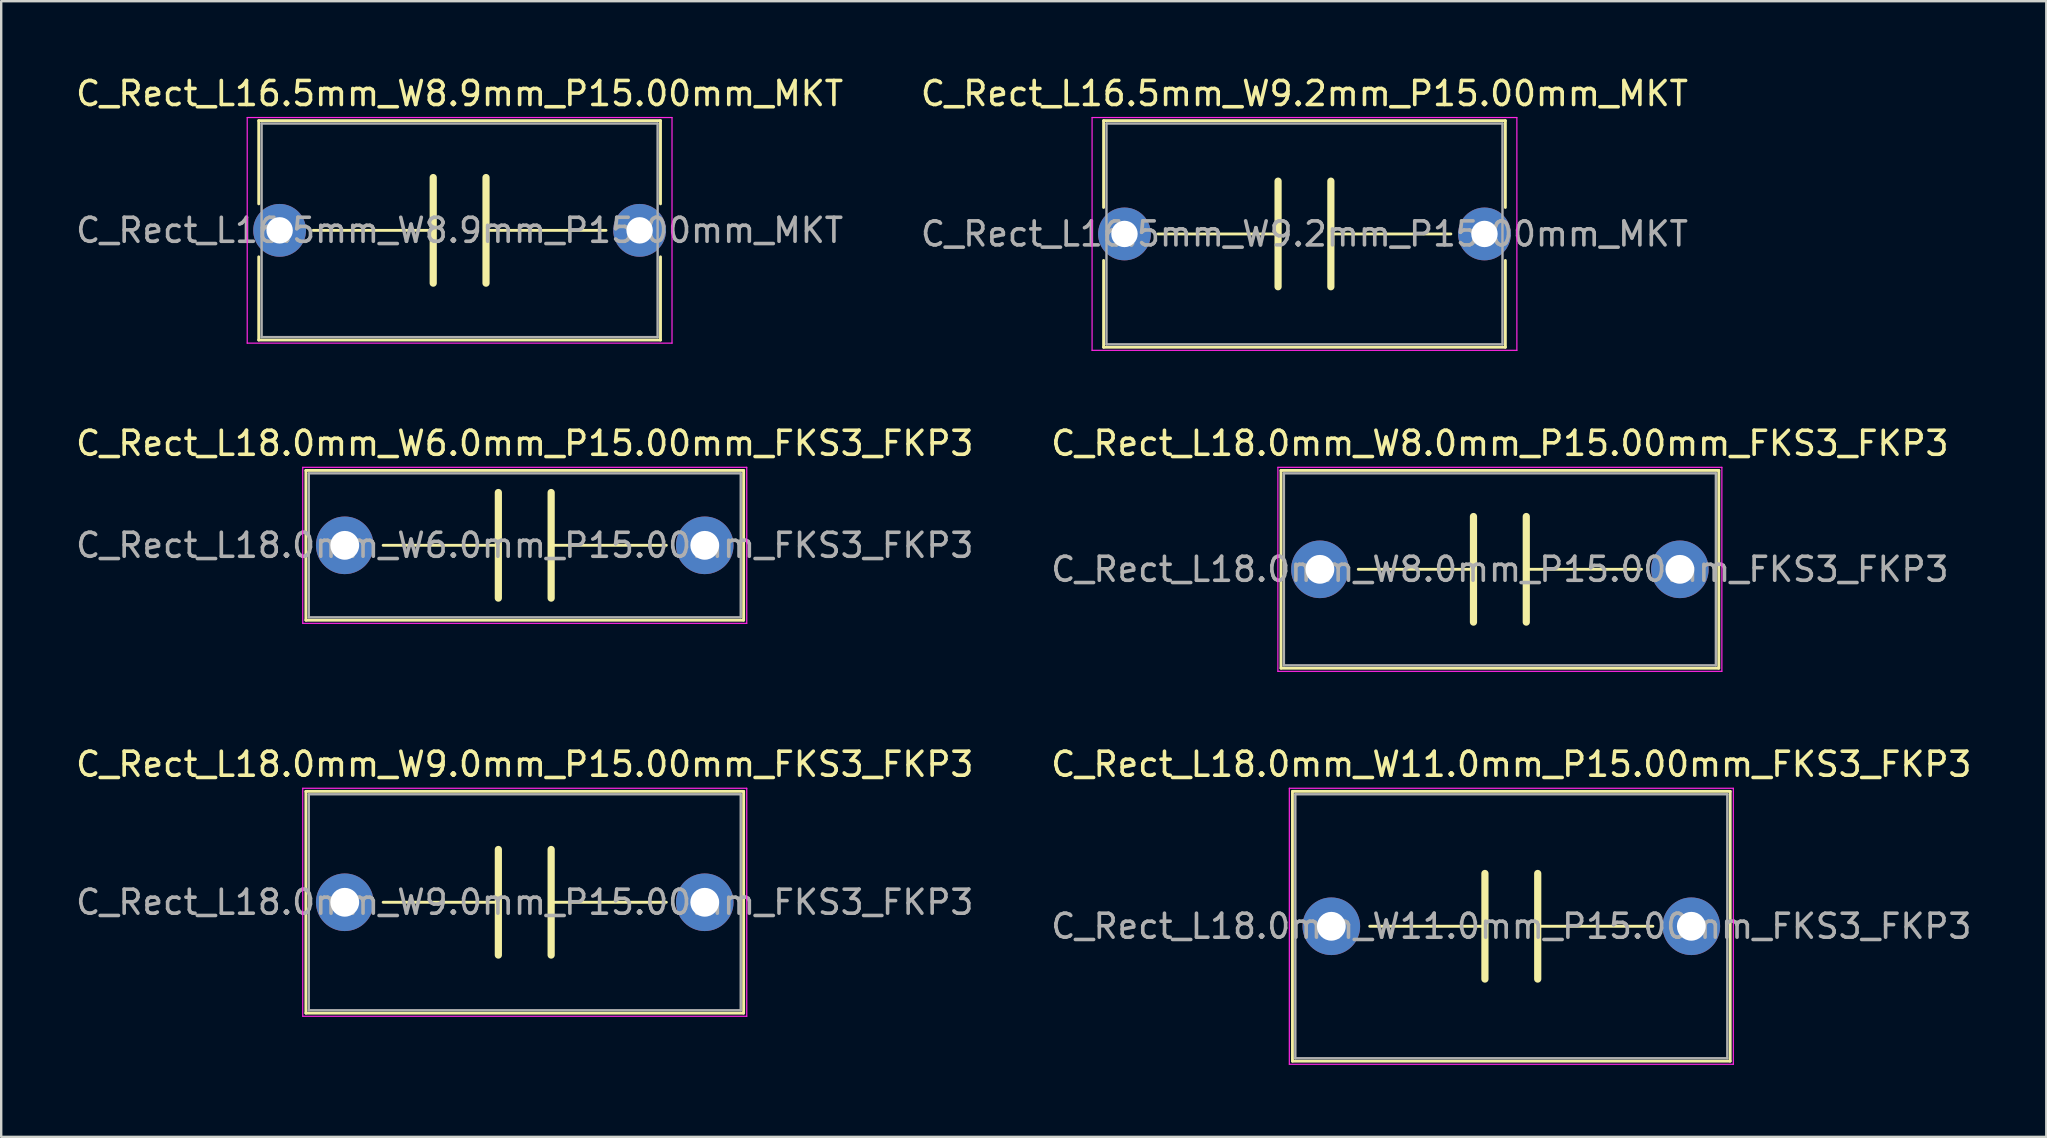
<source format=kicad_pcb>
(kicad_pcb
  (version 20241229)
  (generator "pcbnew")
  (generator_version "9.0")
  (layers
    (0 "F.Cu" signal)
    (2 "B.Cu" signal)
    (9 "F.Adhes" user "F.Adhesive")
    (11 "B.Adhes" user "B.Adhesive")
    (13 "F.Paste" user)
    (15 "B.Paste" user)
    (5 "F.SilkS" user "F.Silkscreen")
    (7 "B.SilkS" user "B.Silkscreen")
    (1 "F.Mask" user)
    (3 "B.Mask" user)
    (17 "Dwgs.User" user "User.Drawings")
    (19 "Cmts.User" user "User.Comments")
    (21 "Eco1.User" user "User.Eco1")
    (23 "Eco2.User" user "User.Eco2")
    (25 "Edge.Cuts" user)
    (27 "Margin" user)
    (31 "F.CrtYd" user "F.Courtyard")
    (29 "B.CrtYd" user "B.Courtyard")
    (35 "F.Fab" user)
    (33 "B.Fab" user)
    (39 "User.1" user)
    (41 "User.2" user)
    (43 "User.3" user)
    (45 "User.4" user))
  (footprint "C_Rect_L18.0mm_W9.0mm_P15.00mm_FKS3_FKP3"
    (layer "F.Cu")
    (at 11.315 34.545)
    (property "Reference" "C_Rect_L18.0mm_W9.0mm_P15.00mm_FKS3_FKP3" (at 7.5 -5.75 0) (layer "F.SilkS") (effects (font (size 1 1) (thickness 0.15))))
    (attr through_hole)
    (fp_line (start -1.62 -4.62) (end -1.62 4.62) (stroke (width 0.12) (type solid)) (layer "F.SilkS"))
    (fp_line (start -1.62 -4.62) (end 16.62 -4.62) (stroke (width 0.12) (type solid)) (layer "F.SilkS"))
    (fp_line (start -1.62 4.62) (end 16.62 4.62) (stroke (width 0.12) (type solid)) (layer "F.SilkS"))
    (fp_line (start 1.6 0) (end 6.4 0) (stroke (width 0.12) (type solid)) (layer "F.SilkS"))
    (fp_line (start 6.4 -2.2) (end 6.4 2.2) (stroke (width 0.3) (type solid)) (layer "F.SilkS"))
    (fp_line (start 8.6 -2.2) (end 8.6 2.2) (stroke (width 0.3) (type solid)) (layer "F.SilkS"))
    (fp_line (start 8.6 0) (end 13.4 0) (stroke (width 0.12) (type solid)) (layer "F.SilkS"))
    (fp_line (start 16.62 -4.62) (end 16.62 4.62) (stroke (width 0.12) (type solid)) (layer "F.SilkS"))
    (fp_line (start -1.75 -4.75) (end -1.75 4.75) (stroke (width 0.05) (type solid)) (layer "F.CrtYd"))
    (fp_line (start -1.75 4.75) (end 16.75 4.75) (stroke (width 0.05) (type solid)) (layer "F.CrtYd"))
    (fp_line (start 16.75 -4.75) (end -1.75 -4.75) (stroke (width 0.05) (type solid)) (layer "F.CrtYd"))
    (fp_line (start 16.75 4.75) (end 16.75 -4.75) (stroke (width 0.05) (type solid)) (layer "F.CrtYd"))
    (fp_line (start -1.5 -4.5) (end -1.5 4.5) (stroke (width 0.1) (type solid)) (layer "F.Fab"))
    (fp_line (start -1.5 4.5) (end 16.5 4.5) (stroke (width 0.1) (type solid)) (layer "F.Fab"))
    (fp_line (start 16.5 -4.5) (end -1.5 -4.5) (stroke (width 0.1) (type solid)) (layer "F.Fab"))
    (fp_line (start 16.5 4.5) (end 16.5 -4.5) (stroke (width 0.1) (type solid)) (layer "F.Fab"))
    (fp_text user "${REFERENCE}" (at 7.5 0 0) (layer "F.Fab") (effects (font (size 1 1) (thickness 0.15))))
    (pad "1" thru_hole circle (at 0 0) (size 2.4 2.4) (drill 1.2) (layers "*.Cu" "*.Mask"))
    (pad "2" thru_hole circle (at 15 0) (size 2.4 2.4) (drill 1.2) (layers "*.Cu" "*.Mask")))
  (footprint "C_Rect_L16.5mm_W9.2mm_P15.00mm_MKT"
    (layer "F.Cu")
    (at 43.804 6.698)
    (property "Reference" "C_Rect_L16.5mm_W9.2mm_P15.00mm_MKT" (at 7.5 -5.85 0) (layer "F.SilkS") (effects (font (size 1 1) (thickness 0.15))))
    (attr through_hole)
    (fp_line (start -0.87 -4.72) (end -0.87 -1.104) (stroke (width 0.12) (type solid)) (layer "F.SilkS"))
    (fp_line (start -0.87 -4.72) (end 15.87 -4.72) (stroke (width 0.12) (type solid)) (layer "F.SilkS"))
    (fp_line (start -0.87 1.104) (end -0.87 4.72) (stroke (width 0.12) (type solid)) (layer "F.SilkS"))
    (fp_line (start -0.87 4.72) (end 15.87 4.72) (stroke (width 0.12) (type solid)) (layer "F.SilkS"))
    (fp_line (start 1.4 0) (end 6.4 0) (stroke (width 0.12) (type solid)) (layer "F.SilkS"))
    (fp_line (start 6.4 -2.2) (end 6.4 2.2) (stroke (width 0.3) (type solid)) (layer "F.SilkS"))
    (fp_line (start 8.6 -2.2) (end 8.6 2.2) (stroke (width 0.3) (type solid)) (layer "F.SilkS"))
    (fp_line (start 8.6 0) (end 13.6 0) (stroke (width 0.12) (type solid)) (layer "F.SilkS"))
    (fp_line (start 15.87 -4.72) (end 15.87 -1.104) (stroke (width 0.12) (type solid)) (layer "F.SilkS"))
    (fp_line (start 15.87 1.104) (end 15.87 4.72) (stroke (width 0.12) (type solid)) (layer "F.SilkS"))
    (fp_line (start -1.35 -4.85) (end -1.35 4.85) (stroke (width 0.05) (type solid)) (layer "F.CrtYd"))
    (fp_line (start -1.35 4.85) (end 16.35 4.85) (stroke (width 0.05) (type solid)) (layer "F.CrtYd"))
    (fp_line (start 16.35 -4.85) (end -1.35 -4.85) (stroke (width 0.05) (type solid)) (layer "F.CrtYd"))
    (fp_line (start 16.35 4.85) (end 16.35 -4.85) (stroke (width 0.05) (type solid)) (layer "F.CrtYd"))
    (fp_line (start -0.75 -4.6) (end -0.75 4.6) (stroke (width 0.1) (type solid)) (layer "F.Fab"))
    (fp_line (start -0.75 4.6) (end 15.75 4.6) (stroke (width 0.1) (type solid)) (layer "F.Fab"))
    (fp_line (start 15.75 -4.6) (end -0.75 -4.6) (stroke (width 0.1) (type solid)) (layer "F.Fab"))
    (fp_line (start 15.75 4.6) (end 15.75 -4.6) (stroke (width 0.1) (type solid)) (layer "F.Fab"))
    (fp_text user "${REFERENCE}" (at 7.5 0 0) (layer "F.Fab") (effects (font (size 1 1) (thickness 0.15))))
    (pad "1" thru_hole circle (at 0 0) (size 2.2 2.2) (drill 1.1) (layers "*.Cu" "*.Mask"))
    (pad "2" thru_hole circle (at 15 0) (size 2.2 2.2) (drill 1.1) (layers "*.Cu" "*.Mask")))
  (footprint "C_Rect_L18.0mm_W8.0mm_P15.00mm_FKS3_FKP3"
    (layer "F.Cu")
    (at 51.946 20.672)
    (property "Reference" "C_Rect_L18.0mm_W8.0mm_P15.00mm_FKS3_FKP3" (at 7.5 -5.25 0) (layer "F.SilkS") (effects (font (size 1 1) (thickness 0.15))))
    (attr through_hole)
    (fp_line (start -1.62 -4.12) (end -1.62 4.12) (stroke (width 0.12) (type solid)) (layer "F.SilkS"))
    (fp_line (start -1.62 -4.12) (end 16.62 -4.12) (stroke (width 0.12) (type solid)) (layer "F.SilkS"))
    (fp_line (start -1.62 4.12) (end 16.62 4.12) (stroke (width 0.12) (type solid)) (layer "F.SilkS"))
    (fp_line (start 1.6 0) (end 6.4 0) (stroke (width 0.12) (type solid)) (layer "F.SilkS"))
    (fp_line (start 6.4 -2.2) (end 6.4 2.2) (stroke (width 0.3) (type solid)) (layer "F.SilkS"))
    (fp_line (start 8.6 -2.2) (end 8.6 2.2) (stroke (width 0.3) (type solid)) (layer "F.SilkS"))
    (fp_line (start 8.6 0) (end 13.4 0) (stroke (width 0.12) (type solid)) (layer "F.SilkS"))
    (fp_line (start 16.62 -4.12) (end 16.62 4.12) (stroke (width 0.12) (type solid)) (layer "F.SilkS"))
    (fp_line (start -1.75 -4.25) (end -1.75 4.25) (stroke (width 0.05) (type solid)) (layer "F.CrtYd"))
    (fp_line (start -1.75 4.25) (end 16.75 4.25) (stroke (width 0.05) (type solid)) (layer "F.CrtYd"))
    (fp_line (start 16.75 -4.25) (end -1.75 -4.25) (stroke (width 0.05) (type solid)) (layer "F.CrtYd"))
    (fp_line (start 16.75 4.25) (end 16.75 -4.25) (stroke (width 0.05) (type solid)) (layer "F.CrtYd"))
    (fp_line (start -1.5 -4) (end -1.5 4) (stroke (width 0.1) (type solid)) (layer "F.Fab"))
    (fp_line (start -1.5 4) (end 16.5 4) (stroke (width 0.1) (type solid)) (layer "F.Fab"))
    (fp_line (start 16.5 -4) (end -1.5 -4) (stroke (width 0.1) (type solid)) (layer "F.Fab"))
    (fp_line (start 16.5 4) (end 16.5 -4) (stroke (width 0.1) (type solid)) (layer "F.Fab"))
    (fp_text user "${REFERENCE}" (at 7.5 0 0) (layer "F.Fab") (effects (font (size 1 1) (thickness 0.15))))
    (pad "1" thru_hole circle (at 0 0) (size 2.4 2.4) (drill 1.2) (layers "*.Cu" "*.Mask"))
    (pad "2" thru_hole circle (at 15 0) (size 2.4 2.4) (drill 1.2) (layers "*.Cu" "*.Mask")))
  (footprint "C_Rect_L18.0mm_W11.0mm_P15.00mm_FKS3_FKP3"
    (layer "F.Cu")
    (at 52.423 35.545)
    (property "Reference" "C_Rect_L18.0mm_W11.0mm_P15.00mm_FKS3_FKP3" (at 7.5 -6.75 0) (layer "F.SilkS") (effects (font (size 1 1) (thickness 0.15))))
    (attr through_hole)
    (fp_line (start -1.62 -5.62) (end -1.62 5.62) (stroke (width 0.12) (type solid)) (layer "F.SilkS"))
    (fp_line (start -1.62 -5.62) (end 16.62 -5.62) (stroke (width 0.12) (type solid)) (layer "F.SilkS"))
    (fp_line (start -1.62 5.62) (end 16.62 5.62) (stroke (width 0.12) (type solid)) (layer "F.SilkS"))
    (fp_line (start 1.6 0) (end 6.4 0) (stroke (width 0.12) (type solid)) (layer "F.SilkS"))
    (fp_line (start 6.4 -2.2) (end 6.4 2.2) (stroke (width 0.3) (type solid)) (layer "F.SilkS"))
    (fp_line (start 8.6 -2.2) (end 8.6 2.2) (stroke (width 0.3) (type solid)) (layer "F.SilkS"))
    (fp_line (start 8.6 0) (end 13.4 0) (stroke (width 0.12) (type solid)) (layer "F.SilkS"))
    (fp_line (start 16.62 -5.62) (end 16.62 5.62) (stroke (width 0.12) (type solid)) (layer "F.SilkS"))
    (fp_line (start -1.75 -5.75) (end -1.75 5.75) (stroke (width 0.05) (type solid)) (layer "F.CrtYd"))
    (fp_line (start -1.75 5.75) (end 16.75 5.75) (stroke (width 0.05) (type solid)) (layer "F.CrtYd"))
    (fp_line (start 16.75 -5.75) (end -1.75 -5.75) (stroke (width 0.05) (type solid)) (layer "F.CrtYd"))
    (fp_line (start 16.75 5.75) (end 16.75 -5.75) (stroke (width 0.05) (type solid)) (layer "F.CrtYd"))
    (fp_line (start -1.5 -5.5) (end -1.5 5.5) (stroke (width 0.1) (type solid)) (layer "F.Fab"))
    (fp_line (start -1.5 5.5) (end 16.5 5.5) (stroke (width 0.1) (type solid)) (layer "F.Fab"))
    (fp_line (start 16.5 -5.5) (end -1.5 -5.5) (stroke (width 0.1) (type solid)) (layer "F.Fab"))
    (fp_line (start 16.5 5.5) (end 16.5 -5.5) (stroke (width 0.1) (type solid)) (layer "F.Fab"))
    (fp_text user "${REFERENCE}" (at 7.5 0 0) (layer "F.Fab") (effects (font (size 1 1) (thickness 0.15))))
    (pad "1" thru_hole circle (at 0 0) (size 2.4 2.4) (drill 1.2) (layers "*.Cu" "*.Mask"))
    (pad "2" thru_hole circle (at 15 0) (size 2.4 2.4) (drill 1.2) (layers "*.Cu" "*.Mask")))
  (footprint "C_Rect_L16.5mm_W8.9mm_P15.00mm_MKT"
    (layer "F.Cu")
    (at 8.601 6.548)
    (property "Reference" "C_Rect_L16.5mm_W8.9mm_P15.00mm_MKT" (at 7.5 -5.7 0) (layer "F.SilkS") (effects (font (size 1 1) (thickness 0.15))))
    (attr through_hole)
    (fp_line (start -0.87 -4.57) (end -0.87 -1.104) (stroke (width 0.12) (type solid)) (layer "F.SilkS"))
    (fp_line (start -0.87 -4.57) (end 15.87 -4.57) (stroke (width 0.12) (type solid)) (layer "F.SilkS"))
    (fp_line (start -0.87 1.104) (end -0.87 4.57) (stroke (width 0.12) (type solid)) (layer "F.SilkS"))
    (fp_line (start -0.87 4.57) (end 15.87 4.57) (stroke (width 0.12) (type solid)) (layer "F.SilkS"))
    (fp_line (start 1.4 0) (end 6.4 0) (stroke (width 0.12) (type solid)) (layer "F.SilkS"))
    (fp_line (start 6.4 -2.2) (end 6.4 2.2) (stroke (width 0.3) (type solid)) (layer "F.SilkS"))
    (fp_line (start 8.6 -2.2) (end 8.6 2.2) (stroke (width 0.3) (type solid)) (layer "F.SilkS"))
    (fp_line (start 8.6 0) (end 13.6 0) (stroke (width 0.12) (type solid)) (layer "F.SilkS"))
    (fp_line (start 15.87 -4.57) (end 15.87 -1.104) (stroke (width 0.12) (type solid)) (layer "F.SilkS"))
    (fp_line (start 15.87 1.104) (end 15.87 4.57) (stroke (width 0.12) (type solid)) (layer "F.SilkS"))
    (fp_line (start -1.35 -4.7) (end -1.35 4.7) (stroke (width 0.05) (type solid)) (layer "F.CrtYd"))
    (fp_line (start -1.35 4.7) (end 16.35 4.7) (stroke (width 0.05) (type solid)) (layer "F.CrtYd"))
    (fp_line (start 16.35 -4.7) (end -1.35 -4.7) (stroke (width 0.05) (type solid)) (layer "F.CrtYd"))
    (fp_line (start 16.35 4.7) (end 16.35 -4.7) (stroke (width 0.05) (type solid)) (layer "F.CrtYd"))
    (fp_line (start -0.75 -4.45) (end -0.75 4.45) (stroke (width 0.1) (type solid)) (layer "F.Fab"))
    (fp_line (start -0.75 4.45) (end 15.75 4.45) (stroke (width 0.1) (type solid)) (layer "F.Fab"))
    (fp_line (start 15.75 -4.45) (end -0.75 -4.45) (stroke (width 0.1) (type solid)) (layer "F.Fab"))
    (fp_line (start 15.75 4.45) (end 15.75 -4.45) (stroke (width 0.1) (type solid)) (layer "F.Fab"))
    (fp_text user "${REFERENCE}" (at 7.5 0 0) (layer "F.Fab") (effects (font (size 1 1) (thickness 0.15))))
    (pad "1" thru_hole circle (at 0 0) (size 2.2 2.2) (drill 1.1) (layers "*.Cu" "*.Mask"))
    (pad "2" thru_hole circle (at 15 0) (size 2.2 2.2) (drill 1.1) (layers "*.Cu" "*.Mask")))
  (footprint "C_Rect_L18.0mm_W6.0mm_P15.00mm_FKS3_FKP3"
    (layer "F.Cu")
    (at 11.315 19.672)
    (property "Reference" "C_Rect_L18.0mm_W6.0mm_P15.00mm_FKS3_FKP3" (at 7.5 -4.25 0) (layer "F.SilkS") (effects (font (size 1 1) (thickness 0.15))))
    (attr through_hole)
    (fp_line (start -1.62 -3.12) (end -1.62 3.12) (stroke (width 0.12) (type solid)) (layer "F.SilkS"))
    (fp_line (start -1.62 -3.12) (end 16.62 -3.12) (stroke (width 0.12) (type solid)) (layer "F.SilkS"))
    (fp_line (start -1.62 3.12) (end 16.62 3.12) (stroke (width 0.12) (type solid)) (layer "F.SilkS"))
    (fp_line (start 1.6 0) (end 6.4 0) (stroke (width 0.12) (type solid)) (layer "F.SilkS"))
    (fp_line (start 6.4 -2.2) (end 6.4 2.2) (stroke (width 0.3) (type solid)) (layer "F.SilkS"))
    (fp_line (start 8.6 -2.2) (end 8.6 2.2) (stroke (width 0.3) (type solid)) (layer "F.SilkS"))
    (fp_line (start 8.6 0) (end 13.4 0) (stroke (width 0.12) (type solid)) (layer "F.SilkS"))
    (fp_line (start 16.62 -3.12) (end 16.62 3.12) (stroke (width 0.12) (type solid)) (layer "F.SilkS"))
    (fp_line (start -1.75 -3.25) (end -1.75 3.25) (stroke (width 0.05) (type solid)) (layer "F.CrtYd"))
    (fp_line (start -1.75 3.25) (end 16.75 3.25) (stroke (width 0.05) (type solid)) (layer "F.CrtYd"))
    (fp_line (start 16.75 -3.25) (end -1.75 -3.25) (stroke (width 0.05) (type solid)) (layer "F.CrtYd"))
    (fp_line (start 16.75 3.25) (end 16.75 -3.25) (stroke (width 0.05) (type solid)) (layer "F.CrtYd"))
    (fp_line (start -1.5 -3) (end -1.5 3) (stroke (width 0.1) (type solid)) (layer "F.Fab"))
    (fp_line (start -1.5 3) (end 16.5 3) (stroke (width 0.1) (type solid)) (layer "F.Fab"))
    (fp_line (start 16.5 -3) (end -1.5 -3) (stroke (width 0.1) (type solid)) (layer "F.Fab"))
    (fp_line (start 16.5 3) (end 16.5 -3) (stroke (width 0.1) (type solid)) (layer "F.Fab"))
    (fp_text user "${REFERENCE}" (at 7.5 0 0) (layer "F.Fab") (effects (font (size 1 1) (thickness 0.15))))
    (pad "1" thru_hole circle (at 0 0) (size 2.4 2.4) (drill 1.2) (layers "*.Cu" "*.Mask"))
    (pad "2" thru_hole circle (at 15 0) (size 2.4 2.4) (drill 1.2) (layers "*.Cu" "*.Mask")))
  (gr_rect
    (start -3 -3)
    (end 82.214 44.32)
    (stroke (width 0.1) (type default))
    (fill no)
    (layer "Edge.Cuts")))
</source>
